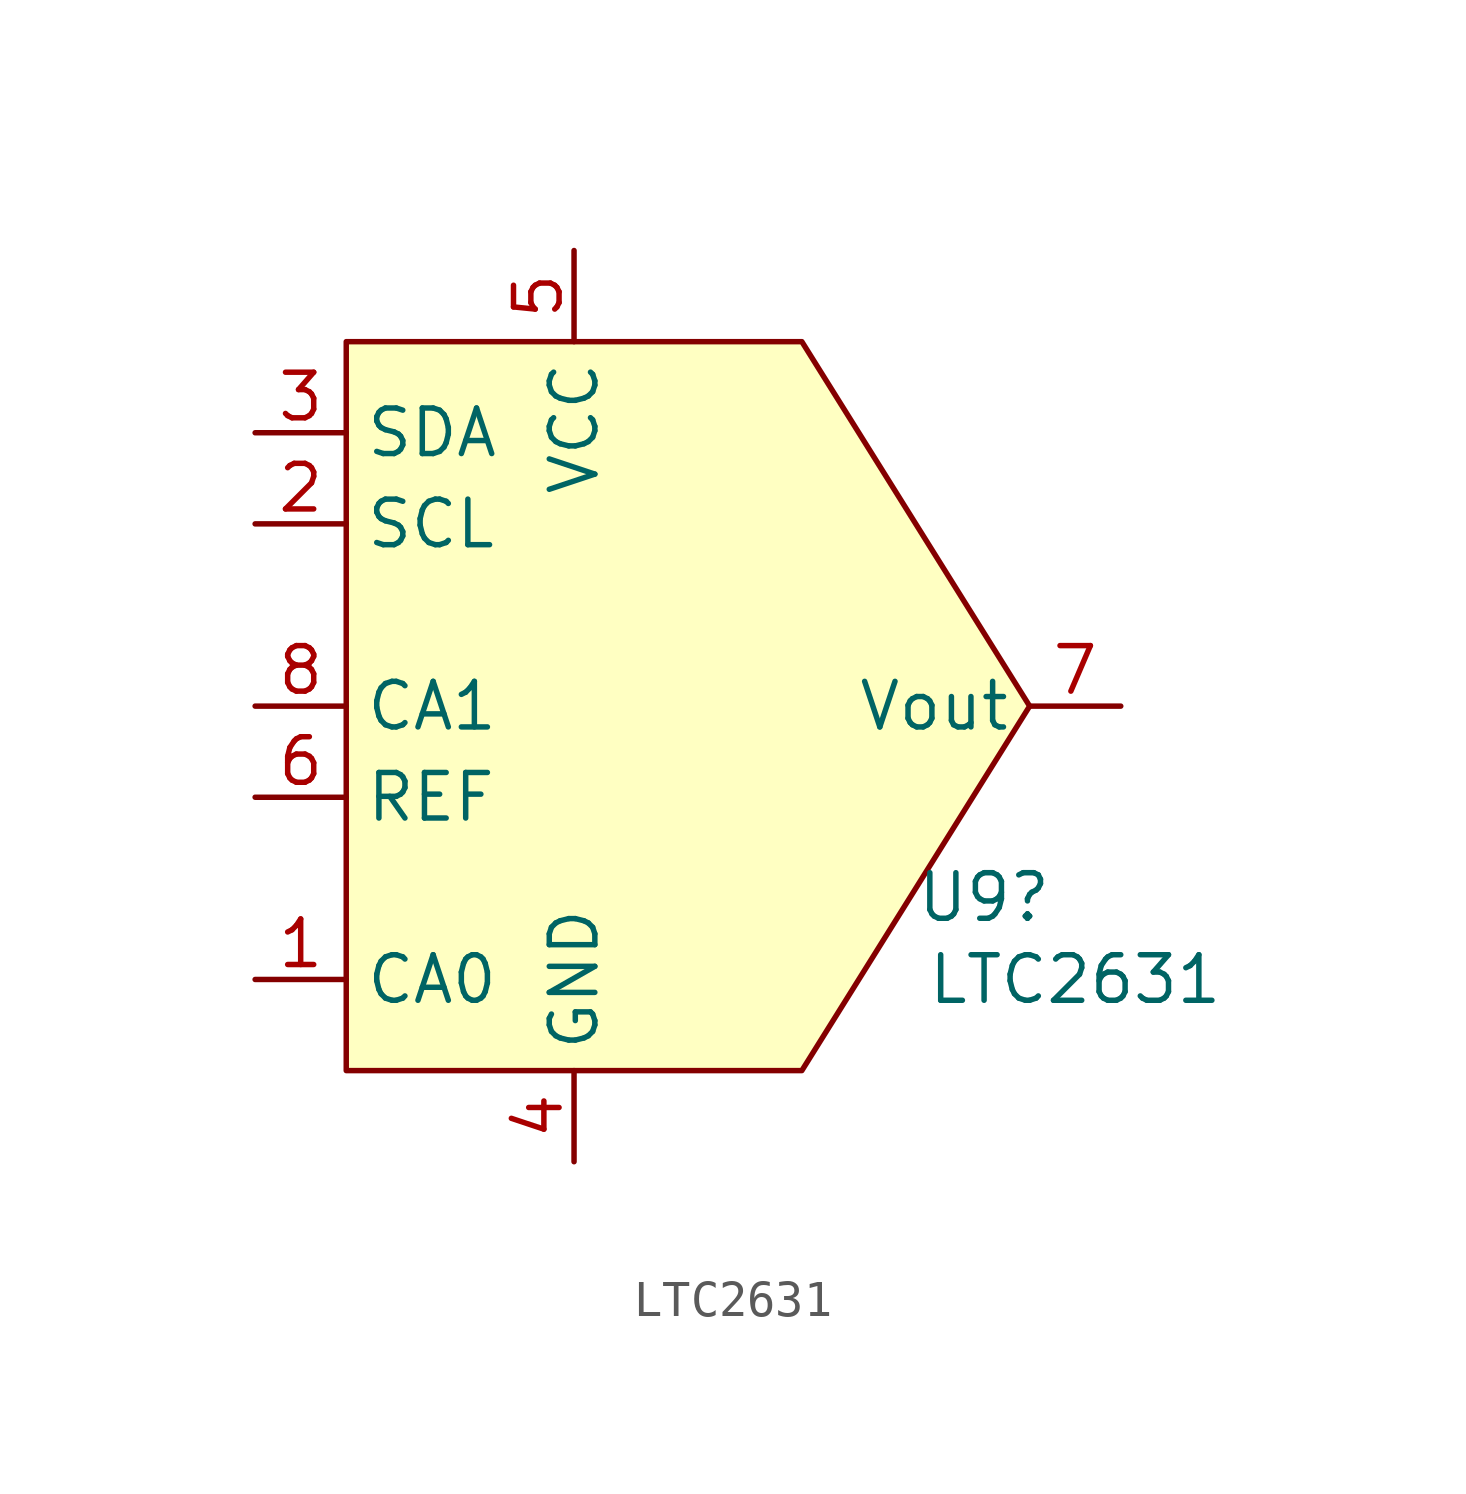
<source format=kicad_sym>
(kicad_symbol_lib
  (version 20241209)
  (generator "kicad_symbol_editor")
  (generator_version "9.0")
  (symbol "LTC2631"
    (property "Reference" "U9"
      (at 17.78 -16.764 0)
      (effects (font (size 1.27 1.27))))
    (property "Value" "LTC2631"
      (at 20.32 -19.05 0)
      (effects (font (size 1.27 1.27))))
    (symbol "LTC2631_1_1"
      (polyline (pts (xy 19.05 -11.43) (xy 12.7 -1.27) (xy 0 -1.27) (xy 0 -21.59) (xy 12.7 -21.59) (xy 19.05 -11.43)) (stroke (width 0) (type solid)) (fill (type background)))
      (pin passive line (at -2.54 -3.81 0) (length 2.54) (name "SDA" (effects (font (size 1.27 1.27)))) (number "3" (effects (font (size 1.27 1.27)))))
      (pin passive line (at -2.54 -6.35 0) (length 2.54) (name "SCL" (effects (font (size 1.27 1.27)))) (number "2" (effects (font (size 1.27 1.27)))))
      (pin passive line (at -2.54 -11.43 0) (length 2.54) (name "CA1" (effects (font (size 1.27 1.27)))) (number "8" (effects (font (size 1.27 1.27)))))
      (pin passive line (at -2.54 -13.97 0) (length 2.54) (name "REF" (effects (font (size 1.27 1.27)))) (number "6" (effects (font (size 1.27 1.27)))))
      (pin passive line (at -2.54 -19.05 0) (length 2.54) (name "CA0" (effects (font (size 1.27 1.27)))) (number "1" (effects (font (size 1.27 1.27)))))
      (pin passive line (at 6.35 1.27 270) (length 2.54) (name "VCC" (effects (font (size 1.27 1.27)))) (number "5" (effects (font (size 1.27 1.27)))))
      (pin passive line (at 6.35 -24.13 90) (length 2.54) (name "GND" (effects (font (size 1.27 1.27)))) (number "4" (effects (font (size 1.27 1.27)))))
      (pin passive line (at 21.59 -11.43 180) (length 2.54) (name "Vout" (effects (font (size 1.27 1.27)))) (number "7" (effects (font (size 1.27 1.27))))))))
</source>
